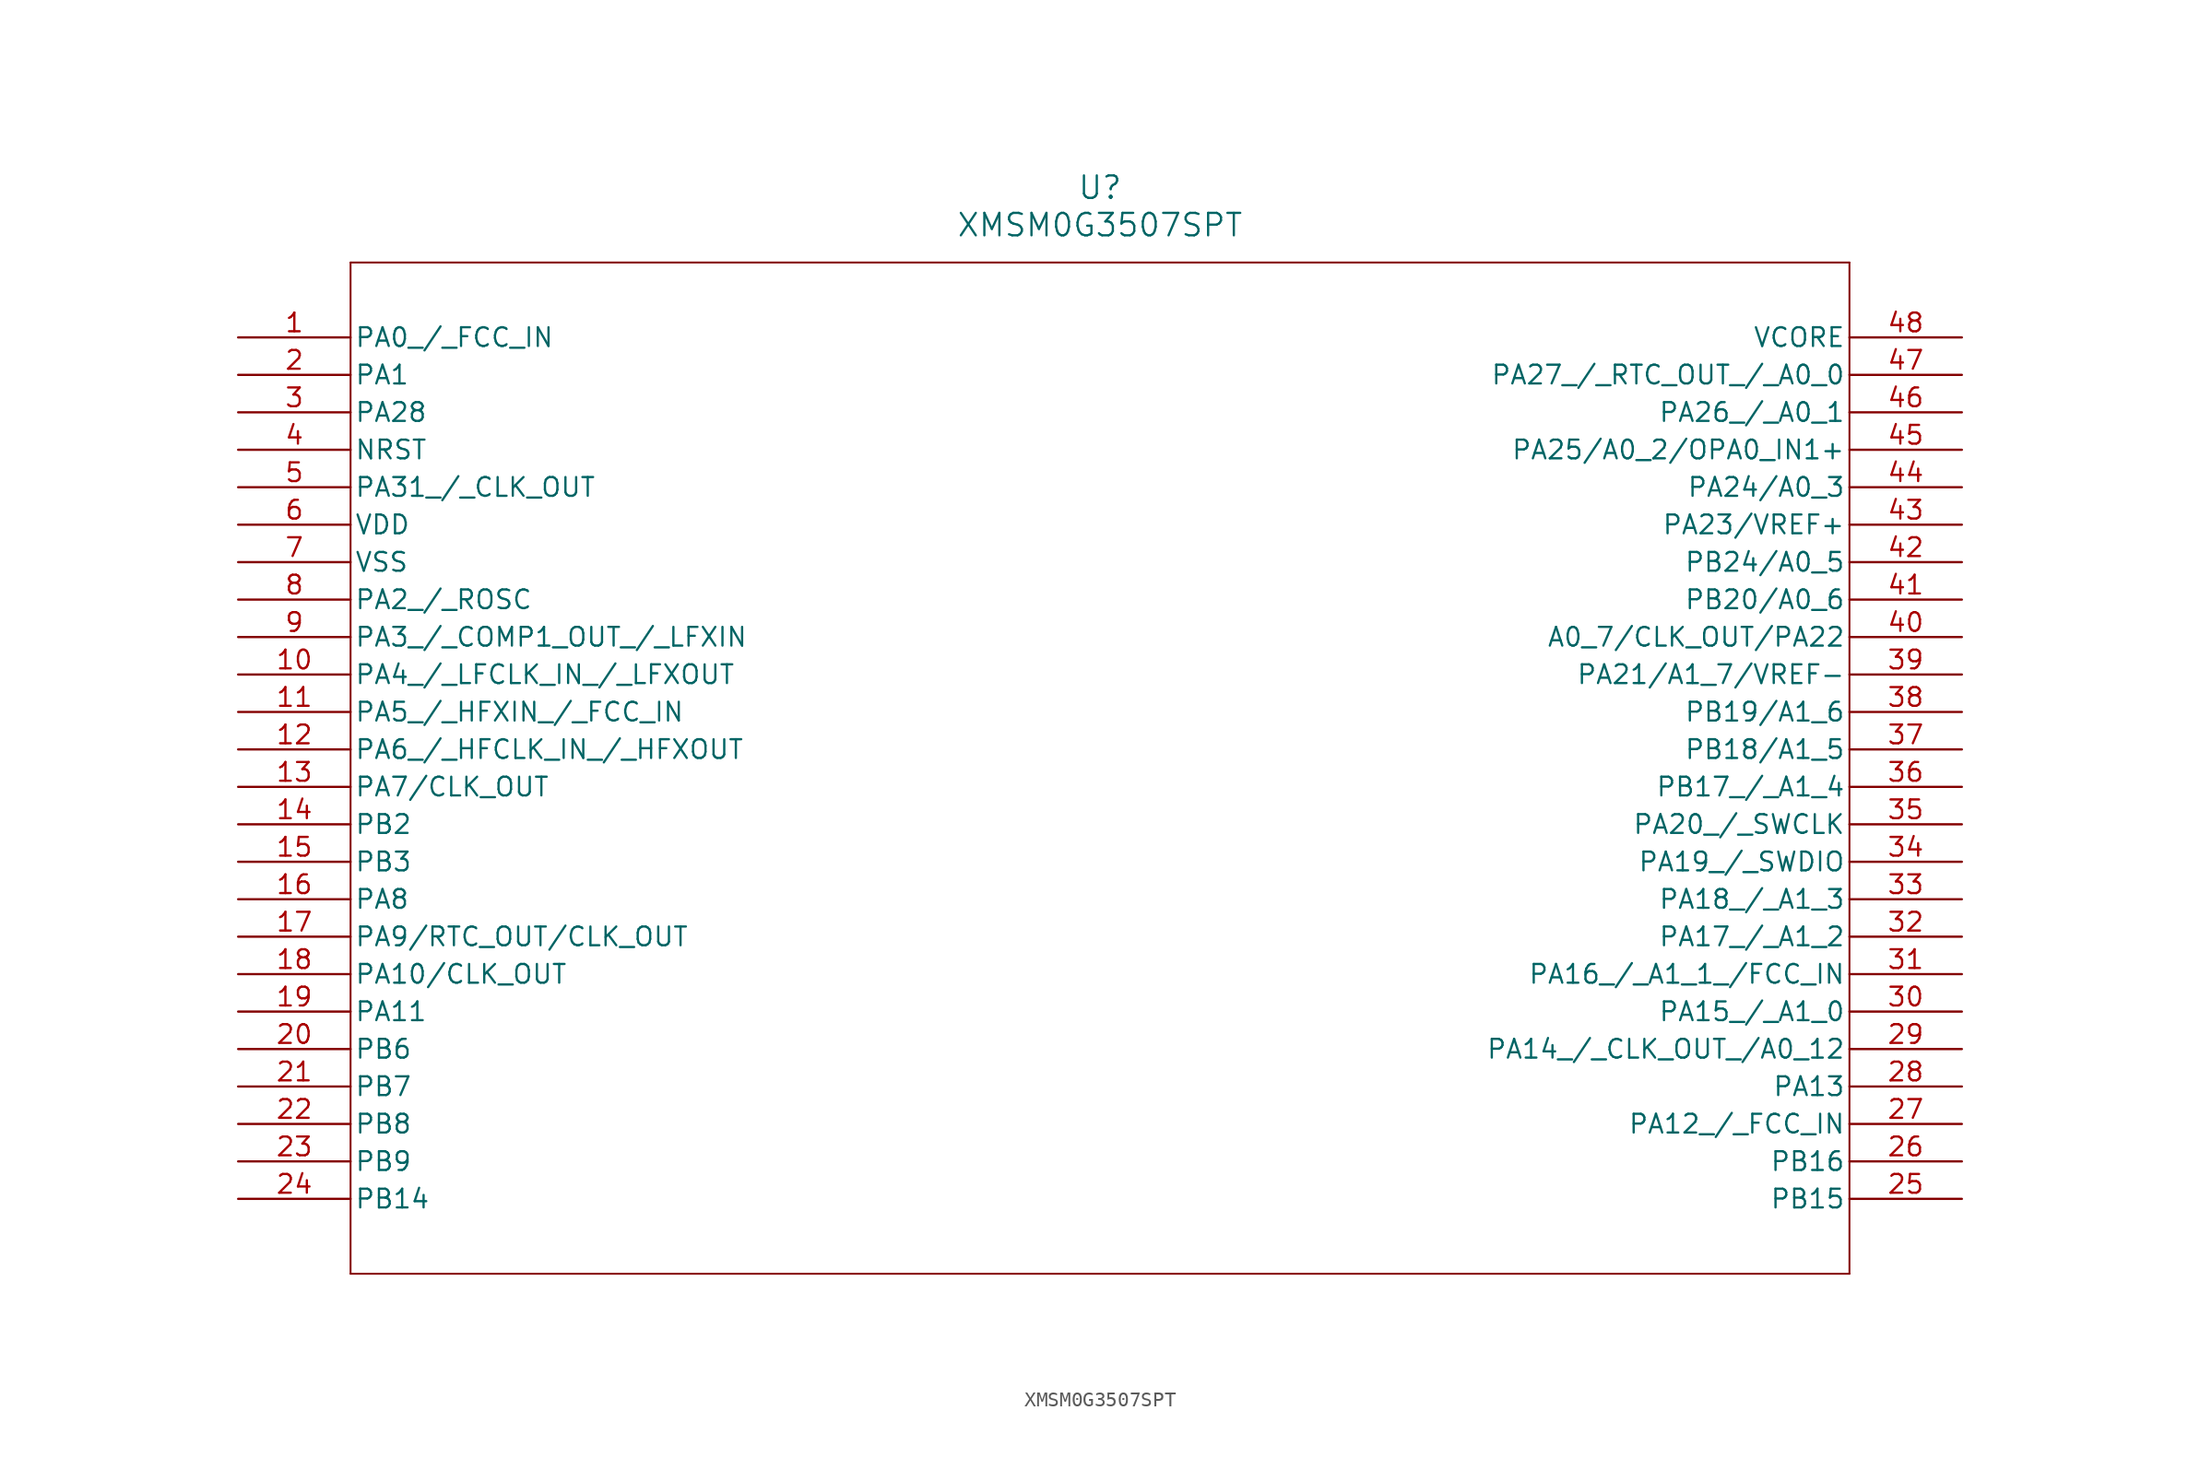
<source format=kicad_sym>
(kicad_symbol_lib
  (version 20211014)
  (generator kicad_symbol_editor)
  (symbol "XMSM0G3507SPT"
    (pin_names
      (offset 0.254))
    (property "Reference" "U"
      (at 58.42 10.16 0)
      (effects (font (size 1.524 1.524))))
    (property "Value" "XMSM0G3507SPT"
      (at 58.42 7.62 0)
      (effects (font (size 1.524 1.524))))
    (symbol "XMSM0G3507SPT_0_1"
      (polyline (pts (xy 7.62 5.08) (xy 7.62 -63.5)) (stroke (width 0.127) (type default) (color 0 0 0 0)) (fill (type none)))
      (polyline (pts (xy 7.62 -63.5) (xy 109.22 -63.5)) (stroke (width 0.127) (type default) (color 0 0 0 0)) (fill (type none)))
      (polyline (pts (xy 109.22 -63.5) (xy 109.22 5.08)) (stroke (width 0.127) (type default) (color 0 0 0 0)) (fill (type none)))
      (polyline (pts (xy 109.22 5.08) (xy 7.62 5.08)) (stroke (width 0.127) (type default) (color 0 0 0 0)) (fill (type none)))
      (pin bidirectional line (at 0 0 0) (length 7.62) (name "PA0 / FCC_IN" (effects (font (size 1.27 1.27)))) (number "1" (effects (font (size 1.27 1.27)))))
      (pin bidirectional line (at 0 -2.54 0) (length 7.62) (name "PA1" (effects (font (size 1.27 1.27)))) (number "2" (effects (font (size 1.27 1.27)))))
      (pin bidirectional line (at 0 -5.08 0) (length 7.62) (name "PA28" (effects (font (size 1.27 1.27)))) (number "3" (effects (font (size 1.27 1.27)))))
      (pin unspecified line (at 0 -7.62 0) (length 7.62) (name "NRST" (effects (font (size 1.27 1.27)))) (number "4" (effects (font (size 1.27 1.27)))))
      (pin output line (at 0 -10.16 0) (length 7.62) (name "PA31 / CLK_OUT" (effects (font (size 1.27 1.27)))) (number "5" (effects (font (size 1.27 1.27)))))
      (pin power_in line (at 0 -12.7 0) (length 7.62) (name "VDD" (effects (font (size 1.27 1.27)))) (number "6" (effects (font (size 1.27 1.27)))))
      (pin power_out line (at 0 -15.24 0) (length 7.62) (name "VSS" (effects (font (size 1.27 1.27)))) (number "7" (effects (font (size 1.27 1.27)))))
      (pin bidirectional line (at 0 -17.78 0) (length 7.62) (name "PA2 / ROSC" (effects (font (size 1.27 1.27)))) (number "8" (effects (font (size 1.27 1.27)))))
      (pin output line (at 0 -20.32 0) (length 7.62) (name "PA3 / COMP1_OUT / LFXIN" (effects (font (size 1.27 1.27)))) (number "9" (effects (font (size 1.27 1.27)))))
      (pin output line (at 0 -22.86 0) (length 7.62) (name "PA4 / LFCLK_IN / LFXOUT" (effects (font (size 1.27 1.27)))) (number "10" (effects (font (size 1.27 1.27)))))
      (pin bidirectional line (at 0 -25.4 0) (length 7.62) (name "PA5 / HFXIN / FCC_IN" (effects (font (size 1.27 1.27)))) (number "11" (effects (font (size 1.27 1.27)))))
      (pin output line (at 0 -27.94 0) (length 7.62) (name "PA6 / HFCLK_IN / HFXOUT" (effects (font (size 1.27 1.27)))) (number "12" (effects (font (size 1.27 1.27)))))
      (pin output line (at 0 -30.48 0) (length 7.62) (name "PA7/CLK_OUT" (effects (font (size 1.27 1.27)))) (number "13" (effects (font (size 1.27 1.27)))))
      (pin bidirectional line (at 0 -33.02 0) (length 7.62) (name "PB2" (effects (font (size 1.27 1.27)))) (number "14" (effects (font (size 1.27 1.27)))))
      (pin bidirectional line (at 0 -35.56 0) (length 7.62) (name "PB3" (effects (font (size 1.27 1.27)))) (number "15" (effects (font (size 1.27 1.27)))))
      (pin bidirectional line (at 0 -38.1 0) (length 7.62) (name "PA8" (effects (font (size 1.27 1.27)))) (number "16" (effects (font (size 1.27 1.27)))))
      (pin output line (at 0 -40.64 0) (length 7.62) (name "PA9/RTC_OUT/CLK_OUT" (effects (font (size 1.27 1.27)))) (number "17" (effects (font (size 1.27 1.27)))))
      (pin output line (at 0 -43.18 0) (length 7.62) (name "PA10/CLK_OUT" (effects (font (size 1.27 1.27)))) (number "18" (effects (font (size 1.27 1.27)))))
      (pin bidirectional line (at 0 -45.72 0) (length 7.62) (name "PA11" (effects (font (size 1.27 1.27)))) (number "19" (effects (font (size 1.27 1.27)))))
      (pin bidirectional line (at 0 -48.26 0) (length 7.62) (name "PB6" (effects (font (size 1.27 1.27)))) (number "20" (effects (font (size 1.27 1.27)))))
      (pin bidirectional line (at 0 -50.8 0) (length 7.62) (name "PB7" (effects (font (size 1.27 1.27)))) (number "21" (effects (font (size 1.27 1.27)))))
      (pin bidirectional line (at 0 -53.34 0) (length 7.62) (name "PB8" (effects (font (size 1.27 1.27)))) (number "22" (effects (font (size 1.27 1.27)))))
      (pin bidirectional line (at 0 -55.88 0) (length 7.62) (name "PB9" (effects (font (size 1.27 1.27)))) (number "23" (effects (font (size 1.27 1.27)))))
      (pin bidirectional line (at 0 -58.42 0) (length 7.62) (name "PB14" (effects (font (size 1.27 1.27)))) (number "24" (effects (font (size 1.27 1.27)))))
      (pin bidirectional line (at 116.84 -58.42 180) (length 7.62) (name "PB15" (effects (font (size 1.27 1.27)))) (number "25" (effects (font (size 1.27 1.27)))))
      (pin bidirectional line (at 116.84 -55.88 180) (length 7.62) (name "PB16" (effects (font (size 1.27 1.27)))) (number "26" (effects (font (size 1.27 1.27)))))
      (pin bidirectional line (at 116.84 -53.34 180) (length 7.62) (name "PA12 / FCC_IN" (effects (font (size 1.27 1.27)))) (number "27" (effects (font (size 1.27 1.27)))))
      (pin bidirectional line (at 116.84 -50.8 180) (length 7.62) (name "PA13" (effects (font (size 1.27 1.27)))) (number "28" (effects (font (size 1.27 1.27)))))
      (pin output line (at 116.84 -48.26 180) (length 7.62) (name "PA14 / CLK_OUT /A0_12" (effects (font (size 1.27 1.27)))) (number "29" (effects (font (size 1.27 1.27)))))
      (pin bidirectional line (at 116.84 -45.72 180) (length 7.62) (name "PA15 / A1_0" (effects (font (size 1.27 1.27)))) (number "30" (effects (font (size 1.27 1.27)))))
      (pin bidirectional line (at 116.84 -43.18 180) (length 7.62) (name "PA16 / A1_1 /FCC_IN" (effects (font (size 1.27 1.27)))) (number "31" (effects (font (size 1.27 1.27)))))
      (pin bidirectional line (at 116.84 -40.64 180) (length 7.62) (name "PA17 / A1_2" (effects (font (size 1.27 1.27)))) (number "32" (effects (font (size 1.27 1.27)))))
      (pin bidirectional line (at 116.84 -38.1 180) (length 7.62) (name "PA18 / A1_3" (effects (font (size 1.27 1.27)))) (number "33" (effects (font (size 1.27 1.27)))))
      (pin bidirectional line (at 116.84 -35.56 180) (length 7.62) (name "PA19 / SWDIO" (effects (font (size 1.27 1.27)))) (number "34" (effects (font (size 1.27 1.27)))))
      (pin bidirectional line (at 116.84 -33.02 180) (length 7.62) (name "PA20 / SWCLK" (effects (font (size 1.27 1.27)))) (number "35" (effects (font (size 1.27 1.27)))))
      (pin bidirectional line (at 116.84 -30.48 180) (length 7.62) (name "PB17 / A1_4" (effects (font (size 1.27 1.27)))) (number "36" (effects (font (size 1.27 1.27)))))
      (pin bidirectional line (at 116.84 -27.94 180) (length 7.62) (name "PB18/A1_5" (effects (font (size 1.27 1.27)))) (number "37" (effects (font (size 1.27 1.27)))))
      (pin bidirectional line (at 116.84 -25.4 180) (length 7.62) (name "PB19/A1_6" (effects (font (size 1.27 1.27)))) (number "38" (effects (font (size 1.27 1.27)))))
      (pin power_in line (at 116.84 -22.86 180) (length 7.62) (name "PA21/A1_7/VREF-" (effects (font (size 1.27 1.27)))) (number "39" (effects (font (size 1.27 1.27)))))
      (pin output line (at 116.84 -20.32 180) (length 7.62) (name "A0_7/CLK_OUT/PA22" (effects (font (size 1.27 1.27)))) (number "40" (effects (font (size 1.27 1.27)))))
      (pin bidirectional line (at 116.84 -17.78 180) (length 7.62) (name "PB20/A0_6" (effects (font (size 1.27 1.27)))) (number "41" (effects (font (size 1.27 1.27)))))
      (pin bidirectional line (at 116.84 -15.24 180) (length 7.62) (name "PB24/A0_5" (effects (font (size 1.27 1.27)))) (number "42" (effects (font (size 1.27 1.27)))))
      (pin power_in line (at 116.84 -12.7 180) (length 7.62) (name "PA23/VREF+" (effects (font (size 1.27 1.27)))) (number "43" (effects (font (size 1.27 1.27)))))
      (pin bidirectional line (at 116.84 -10.16 180) (length 7.62) (name "PA24/A0_3" (effects (font (size 1.27 1.27)))) (number "44" (effects (font (size 1.27 1.27)))))
      (pin input line (at 116.84 -7.62 180) (length 7.62) (name "PA25/A0_2/OPA0_IN1+" (effects (font (size 1.27 1.27)))) (number "45" (effects (font (size 1.27 1.27)))))
      (pin bidirectional line (at 116.84 -5.08 180) (length 7.62) (name "PA26 / A0_1" (effects (font (size 1.27 1.27)))) (number "46" (effects (font (size 1.27 1.27)))))
      (pin output line (at 116.84 -2.54 180) (length 7.62) (name "PA27 / RTC_OUT / A0_0" (effects (font (size 1.27 1.27)))) (number "47" (effects (font (size 1.27 1.27)))))
      (pin unspecified line (at 116.84 0 180) (length 7.62) (name "VCORE" (effects (font (size 1.27 1.27)))) (number "48" (effects (font (size 1.27 1.27))))))))
</source>
